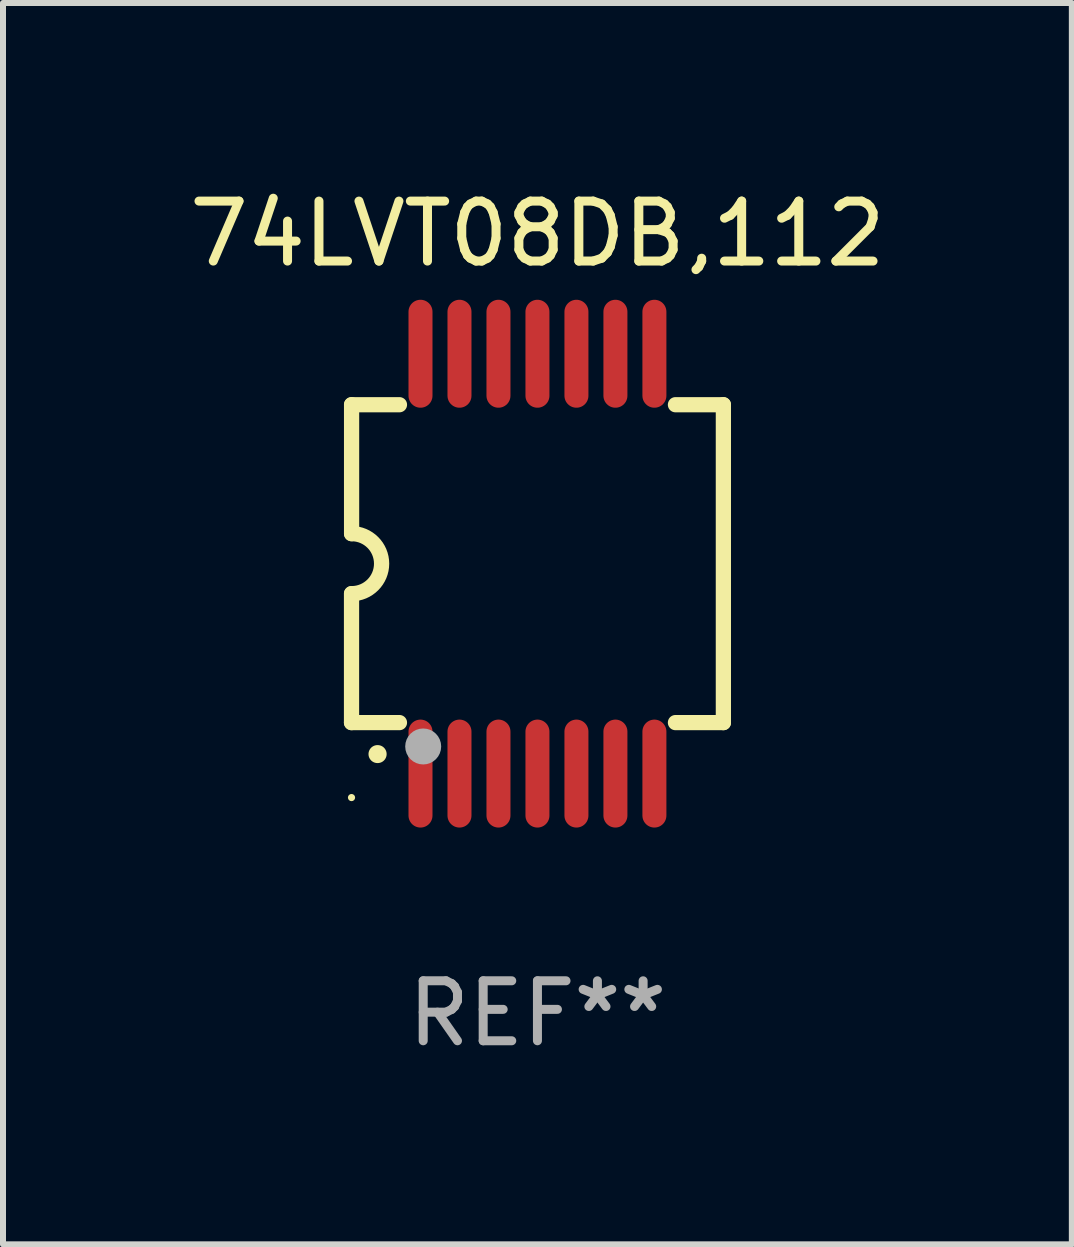
<source format=kicad_pcb>
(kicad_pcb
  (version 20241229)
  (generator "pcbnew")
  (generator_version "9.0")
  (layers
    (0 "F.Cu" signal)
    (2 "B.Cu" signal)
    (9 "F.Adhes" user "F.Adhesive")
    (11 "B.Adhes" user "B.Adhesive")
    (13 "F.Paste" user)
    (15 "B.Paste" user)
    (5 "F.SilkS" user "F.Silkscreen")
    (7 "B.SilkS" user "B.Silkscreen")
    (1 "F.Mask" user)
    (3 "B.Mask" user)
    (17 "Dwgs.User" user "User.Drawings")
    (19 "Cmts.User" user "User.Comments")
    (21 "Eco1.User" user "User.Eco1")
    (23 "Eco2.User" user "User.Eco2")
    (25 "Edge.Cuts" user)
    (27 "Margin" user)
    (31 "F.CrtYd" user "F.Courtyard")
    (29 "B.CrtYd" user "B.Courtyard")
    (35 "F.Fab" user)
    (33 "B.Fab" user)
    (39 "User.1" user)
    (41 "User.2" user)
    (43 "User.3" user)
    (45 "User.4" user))
  (footprint "74LVT08DB,112"
    (layer "F.Cu")
    (at 5.911 6.348)
    (property "Reference" "74LVT08DB,112" (at 0 -5.5 0) (layer "F.SilkS") (effects (font (size 1 1) (thickness 0.15))))
    (attr through_hole)
    (fp_line (start -3.1 2.65) (end -3.1 0.5) (stroke (width 0.254) (type solid)) (layer "F.SilkS"))
    (fp_line (start -3.099 -2.65) (end -2.301 -2.65) (stroke (width 0.254) (type solid)) (layer "F.SilkS"))
    (fp_line (start -3.099 -0.5) (end -3.099 -2.65) (stroke (width 0.254) (type solid)) (layer "F.SilkS"))
    (fp_line (start -2.301 2.65) (end -3.1 2.65) (stroke (width 0.254) (type solid)) (layer "F.SilkS"))
    (fp_line (start 2.301 -2.65) (end 3.1 -2.65) (stroke (width 0.254) (type solid)) (layer "F.SilkS"))
    (fp_line (start 3.1 -2.65) (end 3.1 2.65) (stroke (width 0.254) (type solid)) (layer "F.SilkS"))
    (fp_line (start 3.1 2.65) (end 2.301 2.65) (stroke (width 0.254) (type solid)) (layer "F.SilkS"))
    (fp_arc (start -3.098806 -0.500381) (mid -2.598806 0) (end -3.098806 0.500381) (stroke (width 0.254001) (type solid)) (layer "F.SilkS"))
    (fp_arc (start -2.667005 3.175006) (mid -2.665735 3.175001) (end -2.664465 3.175006) (stroke (width 0.3) (type solid)) (layer "F.SilkS"))
    (fp_circle (center -3.1 3.9) (end -3.07 3.9) (stroke (width 0.06) (type solid)) (fill no) (layer "F.SilkS"))
    (fp_circle (center -1.905 3.048) (end -1.755 3.048) (stroke (width 0.3) (type solid)) (fill no) (layer "F.Fab"))
    (fp_text user "REF**" (at 0 7.5 0) (layer "F.Fab") (effects (font (size 1 1) (thickness 0.15))))
    (pad "1" smd oval (at -1.95 3.5 270) (size 1.8 0.4) (layers "F.Cu" "F.Mask" "F.Paste"))
    (pad "2" smd oval (at -1.3 3.5 270) (size 1.8 0.4) (layers "F.Cu" "F.Mask" "F.Paste"))
    (pad "3" smd oval (at -0.65 3.5 270) (size 1.8 0.4) (layers "F.Cu" "F.Mask" "F.Paste"))
    (pad "4" smd oval (at 0 3.5 270) (size 1.8 0.4) (layers "F.Cu" "F.Mask" "F.Paste"))
    (pad "5" smd oval (at 0.65 3.5 270) (size 1.8 0.4) (layers "F.Cu" "F.Mask" "F.Paste"))
    (pad "6" smd oval (at 1.3 3.5 270) (size 1.8 0.4) (layers "F.Cu" "F.Mask" "F.Paste"))
    (pad "7" smd oval (at 1.95 3.5 270) (size 1.8 0.4) (layers "F.Cu" "F.Mask" "F.Paste"))
    (pad "8" smd oval (at 1.95 -3.5 90) (size 1.8 0.4) (layers "F.Cu" "F.Mask" "F.Paste"))
    (pad "9" smd oval (at 1.3 -3.5 90) (size 1.8 0.4) (layers "F.Cu" "F.Mask" "F.Paste"))
    (pad "10" smd oval (at 0.65 -3.5 90) (size 1.8 0.4) (layers "F.Cu" "F.Mask" "F.Paste"))
    (pad "11" smd oval (at 0 -3.5 90) (size 1.8 0.4) (layers "F.Cu" "F.Mask" "F.Paste"))
    (pad "12" smd oval (at -0.65 -3.5 90) (size 1.8 0.4) (layers "F.Cu" "F.Mask" "F.Paste"))
    (pad "13" smd oval (at -1.3 -3.5 90) (size 1.8 0.4) (layers "F.Cu" "F.Mask" "F.Paste"))
    (pad "14" smd oval (at -1.95 -3.5 90) (size 1.8 0.4) (layers "F.Cu" "F.Mask" "F.Paste")))
  (gr_rect
    (start -3 -3)
    (end 14.821 17.697)
    (stroke (width 0.1) (type default))
    (fill no)
    (layer "Edge.Cuts")))
</source>
